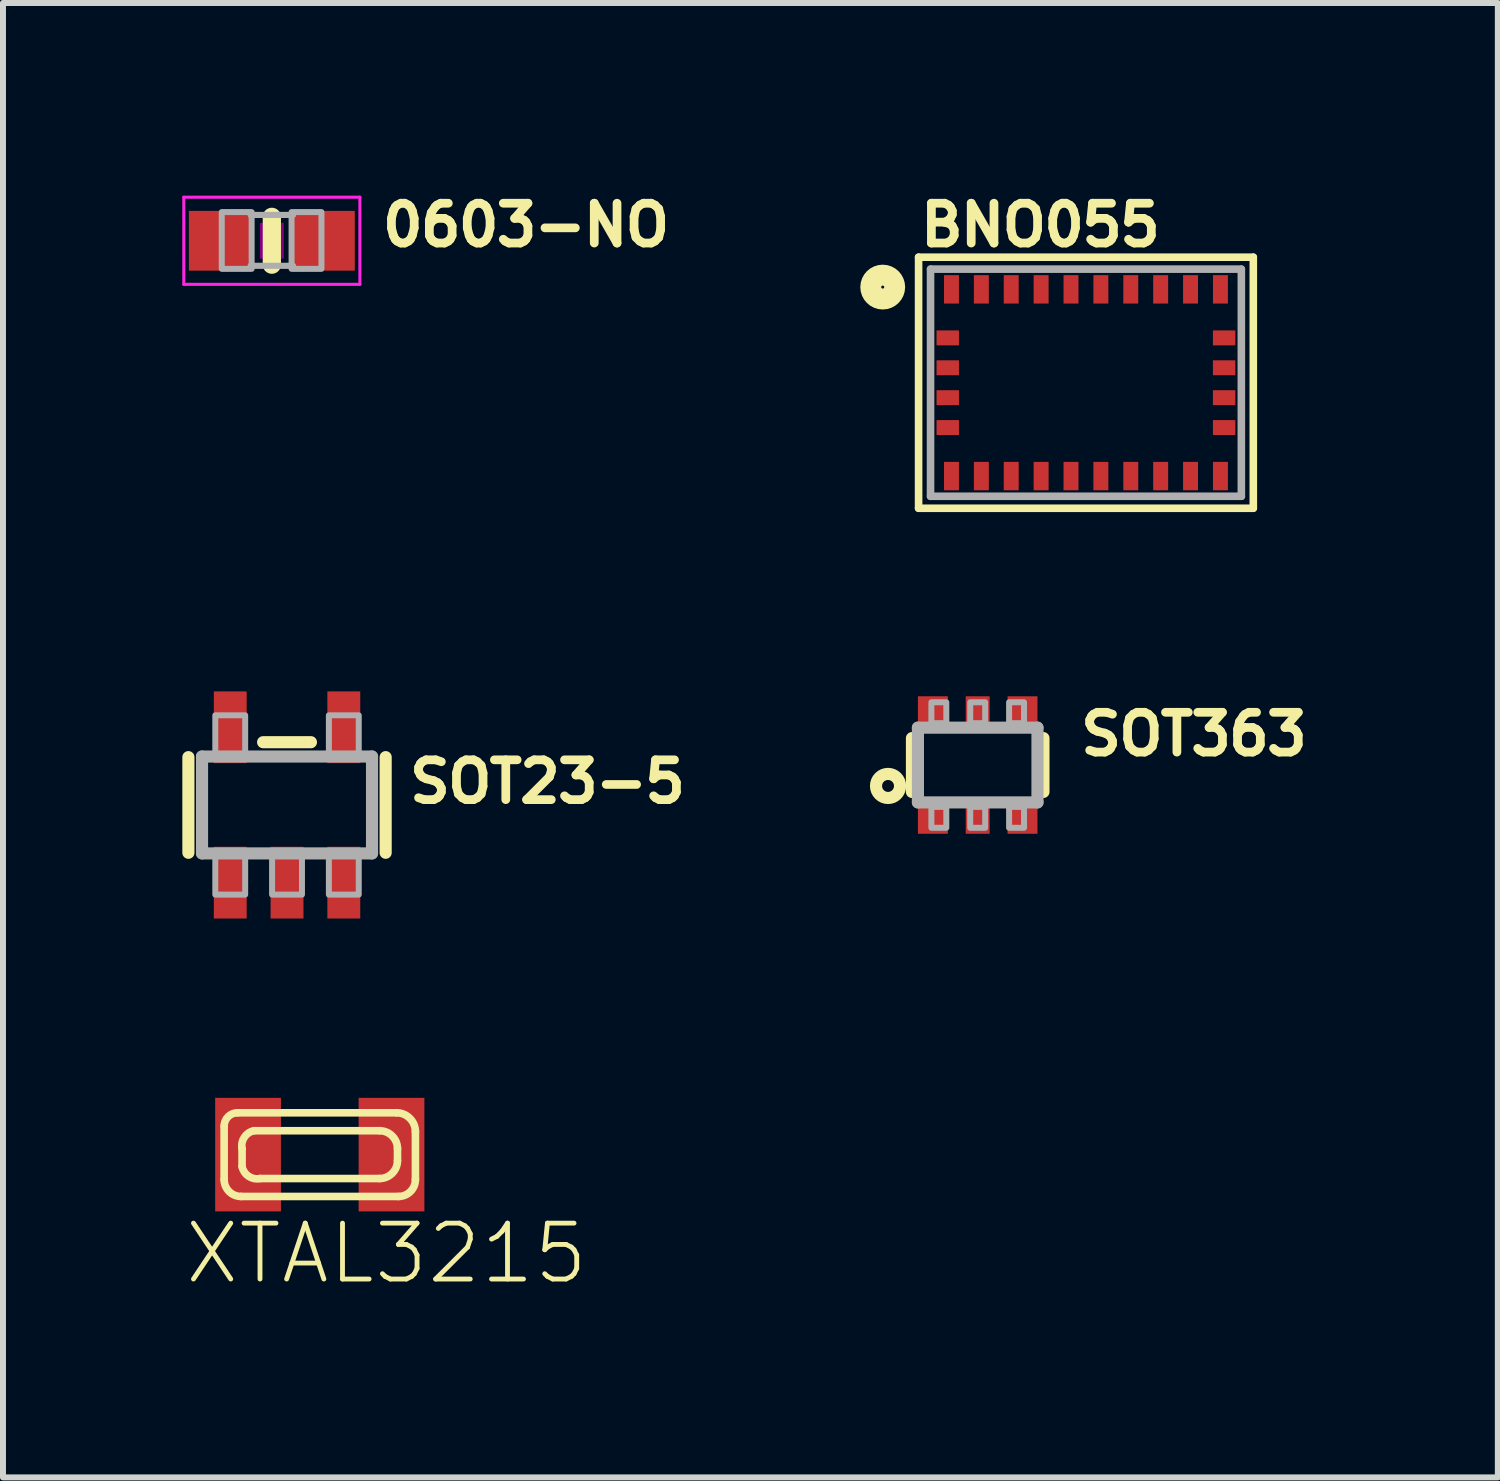
<source format=kicad_pcb>
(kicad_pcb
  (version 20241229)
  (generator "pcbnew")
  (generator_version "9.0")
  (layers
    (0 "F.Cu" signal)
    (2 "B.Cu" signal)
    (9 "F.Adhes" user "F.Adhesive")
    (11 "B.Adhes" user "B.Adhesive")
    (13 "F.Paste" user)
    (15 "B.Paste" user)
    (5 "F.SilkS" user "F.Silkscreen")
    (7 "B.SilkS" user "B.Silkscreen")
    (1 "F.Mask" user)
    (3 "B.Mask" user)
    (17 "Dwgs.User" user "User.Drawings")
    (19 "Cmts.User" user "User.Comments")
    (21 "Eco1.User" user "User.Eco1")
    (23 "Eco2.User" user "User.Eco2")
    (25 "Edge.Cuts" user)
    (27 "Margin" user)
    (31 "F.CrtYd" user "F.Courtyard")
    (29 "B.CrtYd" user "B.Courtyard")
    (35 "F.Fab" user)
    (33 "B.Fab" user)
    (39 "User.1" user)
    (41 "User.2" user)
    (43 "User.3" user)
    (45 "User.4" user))
  (footprint "XTAL3215"
    (layer "F.Cu")
    (at 2.3 16.267)
    (property "Reference" "XTAL3215" (at -2.3 2.2 0) (layer "F.SilkS") (effects (font (size 0.935 0.935) (thickness 0.081)) (justify left bottom)))
    (fp_line (start -1.6 0.417) (end -1.6 -0.476) (stroke (width 0.127) (type solid)) (layer "F.SilkS"))
    (fp_line (start -1.376 -0.7) (end 1.284 -0.7) (stroke (width 0.127) (type solid)) (layer "F.SilkS"))
    (fp_line (start -1.3 0.2) (end -1.3 -0.1) (stroke (width 0.127) (type solid)) (layer "F.SilkS"))
    (fp_line (start -1.1 -0.4) (end 1 -0.4) (stroke (width 0.127) (type solid)) (layer "F.SilkS"))
    (fp_line (start 1 0.4) (end -1 0.4) (stroke (width 0.127) (type solid)) (layer "F.SilkS"))
    (fp_line (start 1.3 -0.1) (end 1.3 0.1) (stroke (width 0.127) (type solid)) (layer "F.SilkS"))
    (fp_line (start 1.317 0.7) (end -1.317 0.7) (stroke (width 0.127) (type solid)) (layer "F.SilkS"))
    (fp_line (start 1.6 -0.384) (end 1.6 0.417) (stroke (width 0.127) (type solid)) (layer "F.SilkS"))
    (fp_arc (start -1.6 -0.4764) (mid -1.534509 -0.634509) (end -1.3764 -0.7) (stroke (width 0.127) (type solid)) (layer "F.SilkS"))
    (fp_arc (start -1.3172 0.7) (mid -1.51717 0.61717) (end -1.6 0.4172) (stroke (width 0.127) (type solid)) (layer "F.SilkS"))
    (fp_arc (start -1.3 -0.1) (mid -1.262161 -0.291441) (end -1.099999 -0.399999) (stroke (width 0.127) (type solid)) (layer "F.SilkS"))
    (fp_arc (start -1 0.4) (mid -1.191422 0.362132) (end -1.300001 0.199999) (stroke (width 0.127) (type solid)) (layer "F.SilkS"))
    (fp_arc (start 1 -0.4) (mid 1.212103 -0.312103) (end 1.3 -0.1) (stroke (width 0.127) (type solid)) (layer "F.SilkS"))
    (fp_arc (start 1.2838 -0.7) (mid 1.507387 -0.607387) (end 1.6 -0.3838) (stroke (width 0.127) (type solid)) (layer "F.SilkS"))
    (fp_arc (start 1.3 0.1) (mid 1.212131 0.312132) (end 0.999999 0.399999) (stroke (width 0.127) (type solid)) (layer "F.SilkS"))
    (fp_arc (start 1.6 0.4172) (mid 1.51717 0.61717) (end 1.3172 0.7) (stroke (width 0.127) (type solid)) (layer "F.SilkS"))
    (pad "P$1" smd rect (at 1.2 0) (size 1.1 1.9) (layers "F.Cu" "F.Mask" "F.Paste"))
    (pad "P$2" smd rect (at -1.2 0 180) (size 1.1 1.9) (layers "F.Cu" "F.Mask" "F.Paste")))
  (footprint "0603-NO"
    (layer "F.Cu")
    (at 1.498 0.978)
    (property "Reference" "0603-NO" (at 1.778 0.127 0) (layer "F.SilkS") (effects (font (size 0.666 0.666) (thickness 0.146)) (justify left bottom)))
    (fp_line (start 0 -0.4) (end 0 0.4) (stroke (width 0.305) (type solid)) (layer "F.SilkS"))
    (fp_poly (pts (xy -0.2 0.3) (xy 0.2 0.3) (xy 0.2 -0.3) (xy -0.2 -0.3)) (stroke (width 0) (type solid)) (fill yes) (layer "F.Adhes"))
    (fp_line (start -1.473 -0.729) (end 1.473 -0.729) (stroke (width 0.051) (type solid)) (layer "F.CrtYd"))
    (fp_line (start -1.473 0.729) (end -1.473 -0.729) (stroke (width 0.051) (type solid)) (layer "F.CrtYd"))
    (fp_line (start 1.473 -0.729) (end 1.473 0.729) (stroke (width 0.051) (type solid)) (layer "F.CrtYd"))
    (fp_line (start 1.473 0.729) (end -1.473 0.729) (stroke (width 0.051) (type solid)) (layer "F.CrtYd"))
    (fp_line (start -0.356 -0.432) (end 0.356 -0.432) (stroke (width 0.102) (type solid)) (layer "F.Fab"))
    (fp_line (start -0.356 0.419) (end 0.356 0.419) (stroke (width 0.102) (type solid)) (layer "F.Fab"))
    (fp_poly (pts (xy -0.838 0.47) (xy -0.338 0.47) (xy -0.338 -0.48) (xy -0.838 -0.48)) (stroke (width 0.1) (type solid)) (fill no) (layer "F.Fab"))
    (fp_poly (pts (xy 0.33 0.47) (xy 0.83 0.47) (xy 0.83 -0.48) (xy 0.33 -0.48)) (stroke (width 0.1) (type solid)) (fill no) (layer "F.Fab"))
    (pad "1" smd rect (at -0.85 0) (size 1.075 1) (layers "F.Cu" "F.Mask" "F.Paste"))
    (pad "2" smd rect (at 0.85 0) (size 1.075 1) (layers "F.Cu" "F.Mask" "F.Paste")))
  (footprint "SOT363"
    (layer "F.Cu")
    (at 13.307 9.749)
    (property "Reference" "SOT363" (at 1.651 -0.127 0) (layer "F.SilkS") (effects (font (size 0.666 0.666) (thickness 0.146)) (justify left bottom)))
    (fp_line (start -1.1 -0.45) (end -1.1 0.45) (stroke (width 0.203) (type solid)) (layer "F.SilkS"))
    (fp_line (start 1.1 -0.45) (end 1.1 0.45) (stroke (width 0.203) (type solid)) (layer "F.SilkS"))
    (fp_circle (center -1.5 0.35) (end -1.4 0.35) (stroke (width 0.203) (type solid)) (fill no) (layer "F.SilkS"))
    (fp_line (start -1 -0.625) (end 1 -0.625) (stroke (width 0.203) (type solid)) (layer "F.Fab"))
    (fp_line (start -1 0.625) (end -1 -0.625) (stroke (width 0.203) (type solid)) (layer "F.Fab"))
    (fp_line (start 1 -0.625) (end 1 0.625) (stroke (width 0.203) (type solid)) (layer "F.Fab"))
    (fp_line (start 1 0.625) (end -1 0.625) (stroke (width 0.203) (type solid)) (layer "F.Fab"))
    (fp_poly (pts (xy -0.775 -0.7) (xy -0.525 -0.7) (xy -0.525 -1.05) (xy -0.775 -1.05)) (stroke (width 0.1) (type solid)) (fill no) (layer "F.Fab"))
    (fp_poly (pts (xy -0.775 1.05) (xy -0.525 1.05) (xy -0.525 0.7) (xy -0.775 0.7)) (stroke (width 0.1) (type solid)) (fill no) (layer "F.Fab"))
    (fp_poly (pts (xy -0.125 -0.7) (xy 0.125 -0.7) (xy 0.125 -1.05) (xy -0.125 -1.05)) (stroke (width 0.1) (type solid)) (fill no) (layer "F.Fab"))
    (fp_poly (pts (xy -0.125 1.05) (xy 0.125 1.05) (xy 0.125 0.7) (xy -0.125 0.7)) (stroke (width 0.1) (type solid)) (fill no) (layer "F.Fab"))
    (fp_poly (pts (xy 0.525 -0.7) (xy 0.775 -0.7) (xy 0.775 -1.05) (xy 0.525 -1.05)) (stroke (width 0.1) (type solid)) (fill no) (layer "F.Fab"))
    (fp_poly (pts (xy 0.525 1.05) (xy 0.775 1.05) (xy 0.775 0.7) (xy 0.525 0.7)) (stroke (width 0.1) (type solid)) (fill no) (layer "F.Fab"))
    (pad "1" smd rect (at -0.75 0.9) (size 0.5 0.5) (layers "F.Cu" "F.Mask" "F.Paste"))
    (pad "2" smd rect (at 0 0.9) (size 0.4 0.5) (layers "F.Cu" "F.Mask" "F.Paste"))
    (pad "3" smd rect (at 0.75 0.9) (size 0.5 0.5) (layers "F.Cu" "F.Mask" "F.Paste"))
    (pad "4" smd rect (at 0.75 -0.9) (size 0.5 0.5) (layers "F.Cu" "F.Mask" "F.Paste"))
    (pad "5" smd rect (at 0 -0.9) (size 0.4 0.5) (layers "F.Cu" "F.Mask" "F.Paste"))
    (pad "6" smd rect (at -0.75 -0.9) (size 0.5 0.5) (layers "F.Cu" "F.Mask" "F.Paste")))
  (footprint "SOT23-5"
    (layer "F.Cu")
    (at 1.752 10.417)
    (property "Reference" "SOT23-5" (at 1.978 0 0) (layer "F.SilkS") (effects (font (size 0.666 0.666) (thickness 0.146)) (justify left bottom)))
    (fp_line (start -1.65 -0.8) (end -1.65 0.8) (stroke (width 0.203) (type solid)) (layer "F.SilkS"))
    (fp_line (start -0.4 -1.05) (end 0.4 -1.05) (stroke (width 0.203) (type solid)) (layer "F.SilkS"))
    (fp_line (start 1.65 -0.8) (end 1.65 0.8) (stroke (width 0.203) (type solid)) (layer "F.SilkS"))
    (fp_line (start -1.422 -0.81) (end 1.422 -0.81) (stroke (width 0.203) (type solid)) (layer "F.Fab"))
    (fp_line (start -1.422 0.81) (end -1.422 -0.81) (stroke (width 0.203) (type solid)) (layer "F.Fab"))
    (fp_line (start 1.422 -0.81) (end 1.422 0.81) (stroke (width 0.203) (type solid)) (layer "F.Fab"))
    (fp_line (start 1.422 0.81) (end -1.422 0.81) (stroke (width 0.203) (type solid)) (layer "F.Fab"))
    (fp_poly (pts (xy -1.2 -0.85) (xy -0.7 -0.85) (xy -0.7 -1.5) (xy -1.2 -1.5)) (stroke (width 0.1) (type solid)) (fill no) (layer "F.Fab"))
    (fp_poly (pts (xy -1.2 1.5) (xy -0.7 1.5) (xy -0.7 0.85) (xy -1.2 0.85)) (stroke (width 0.1) (type solid)) (fill no) (layer "F.Fab"))
    (fp_poly (pts (xy -0.25 1.5) (xy 0.25 1.5) (xy 0.25 0.85) (xy -0.25 0.85)) (stroke (width 0.1) (type solid)) (fill no) (layer "F.Fab"))
    (fp_poly (pts (xy 0.7 -0.85) (xy 1.2 -0.85) (xy 1.2 -1.5) (xy 0.7 -1.5)) (stroke (width 0.1) (type solid)) (fill no) (layer "F.Fab"))
    (fp_poly (pts (xy 0.7 1.5) (xy 1.2 1.5) (xy 1.2 0.85) (xy 0.7 0.85)) (stroke (width 0.1) (type solid)) (fill no) (layer "F.Fab"))
    (pad "1" smd rect (at -0.95 1.3) (size 0.55 1.2) (layers "F.Cu" "F.Mask" "F.Paste"))
    (pad "2" smd rect (at 0 1.3) (size 0.55 1.2) (layers "F.Cu" "F.Mask" "F.Paste"))
    (pad "3" smd rect (at 0.95 1.3) (size 0.55 1.2) (layers "F.Cu" "F.Mask" "F.Paste"))
    (pad "4" smd rect (at 0.95 -1.3) (size 0.55 1.2) (layers "F.Cu" "F.Mask" "F.Paste"))
    (pad "5" smd rect (at -0.95 -1.3) (size 0.55 1.2) (layers "F.Cu" "F.Mask" "F.Paste")))
  (footprint "BNO055"
    (layer "F.Cu")
    (at 15.118 3.353)
    (property "Reference" "BNO055" (at -2.84 -2.248 0) (layer "F.SilkS") (effects (font (size 0.666 0.666) (thickness 0.146)) (justify left bottom)))
    (fp_line (start -2.8 -2.1) (end 2.8 -2.1) (stroke (width 0.127) (type solid)) (layer "F.SilkS"))
    (fp_line (start -2.8 2.1) (end -2.8 -2.1) (stroke (width 0.127) (type solid)) (layer "F.SilkS"))
    (fp_line (start 2.8 -2.1) (end 2.8 2.1) (stroke (width 0.127) (type solid)) (layer "F.SilkS"))
    (fp_line (start 2.8 2.1) (end -2.8 2.1) (stroke (width 0.127) (type solid)) (layer "F.SilkS"))
    (fp_circle (center -3.4 -1.6) (end -3.2 -1.6) (stroke (width 0.35) (type solid)) (fill no) (layer "F.SilkS"))
    (fp_line (start -2.6 -1.9) (end 2.6 -1.9) (stroke (width 0.127) (type solid)) (layer "F.Fab"))
    (fp_line (start -2.6 1.9) (end -2.6 -1.9) (stroke (width 0.127) (type solid)) (layer "F.Fab"))
    (fp_line (start 2.6 -1.9) (end 2.6 1.9) (stroke (width 0.127) (type solid)) (layer "F.Fab"))
    (fp_line (start 2.6 1.9) (end -2.6 1.9) (stroke (width 0.127) (type solid)) (layer "F.Fab"))
    (pad "1" smd rect (at -2.25 -1.562) (size 0.25 0.475) (layers "F.Cu" "F.Mask" "F.Paste"))
    (pad "2" smd rect (at -2.312 -0.75) (size 0.375 0.25) (layers "F.Cu" "F.Mask" "F.Paste"))
    (pad "3" smd rect (at -2.312 -0.25) (size 0.375 0.25) (layers "F.Cu" "F.Mask" "F.Paste"))
    (pad "4" smd rect (at -2.312 0.25) (size 0.375 0.25) (layers "F.Cu" "F.Mask" "F.Paste"))
    (pad "5" smd rect (at -2.312 0.75) (size 0.375 0.25) (layers "F.Cu" "F.Mask" "F.Paste"))
    (pad "6" smd rect (at -2.25 1.562) (size 0.25 0.475) (layers "F.Cu" "F.Mask" "F.Paste"))
    (pad "7" smd rect (at -1.75 1.562) (size 0.25 0.475) (layers "F.Cu" "F.Mask" "F.Paste"))
    (pad "8" smd rect (at -1.25 1.562) (size 0.25 0.475) (layers "F.Cu" "F.Mask" "F.Paste"))
    (pad "9" smd rect (at -0.75 1.562) (size 0.25 0.475) (layers "F.Cu" "F.Mask" "F.Paste"))
    (pad "10" smd rect (at -0.25 1.562) (size 0.25 0.475) (layers "F.Cu" "F.Mask" "F.Paste"))
    (pad "11" smd rect (at 0.25 1.562) (size 0.25 0.475) (layers "F.Cu" "F.Mask" "F.Paste"))
    (pad "12" smd rect (at 0.75 1.562) (size 0.25 0.475) (layers "F.Cu" "F.Mask" "F.Paste"))
    (pad "13" smd rect (at 1.25 1.562) (size 0.25 0.475) (layers "F.Cu" "F.Mask" "F.Paste"))
    (pad "14" smd rect (at 1.75 1.562) (size 0.25 0.475) (layers "F.Cu" "F.Mask" "F.Paste"))
    (pad "15" smd rect (at 2.25 1.562) (size 0.25 0.475) (layers "F.Cu" "F.Mask" "F.Paste"))
    (pad "16" smd rect (at 2.312 0.75) (size 0.375 0.25) (layers "F.Cu" "F.Mask" "F.Paste"))
    (pad "17" smd rect (at 2.312 0.25) (size 0.375 0.25) (layers "F.Cu" "F.Mask" "F.Paste"))
    (pad "18" smd rect (at 2.312 -0.25) (size 0.375 0.25) (layers "F.Cu" "F.Mask" "F.Paste"))
    (pad "19" smd rect (at 2.312 -0.75) (size 0.375 0.25) (layers "F.Cu" "F.Mask" "F.Paste"))
    (pad "20" smd rect (at 2.25 -1.562) (size 0.25 0.475) (layers "F.Cu" "F.Mask" "F.Paste"))
    (pad "21" smd rect (at 1.75 -1.562) (size 0.25 0.475) (layers "F.Cu" "F.Mask" "F.Paste"))
    (pad "22" smd rect (at 1.25 -1.562) (size 0.25 0.475) (layers "F.Cu" "F.Mask" "F.Paste"))
    (pad "23" smd rect (at 0.75 -1.562) (size 0.25 0.475) (layers "F.Cu" "F.Mask" "F.Paste"))
    (pad "24" smd rect (at 0.25 -1.562) (size 0.25 0.475) (layers "F.Cu" "F.Mask" "F.Paste"))
    (pad "25" smd rect (at -0.25 -1.562) (size 0.25 0.475) (layers "F.Cu" "F.Mask" "F.Paste"))
    (pad "26" smd rect (at -0.75 -1.562) (size 0.25 0.475) (layers "F.Cu" "F.Mask" "F.Paste"))
    (pad "27" smd rect (at -1.25 -1.562) (size 0.25 0.475) (layers "F.Cu" "F.Mask" "F.Paste"))
    (pad "28" smd rect (at -1.75 -1.562) (size 0.25 0.475) (layers "F.Cu" "F.Mask" "F.Paste")))
  (gr_rect
    (start -3 -3)
    (end 22.009 21.667)
    (stroke (width 0.1) (type default))
    (fill no)
    (layer "Edge.Cuts")))
</source>
